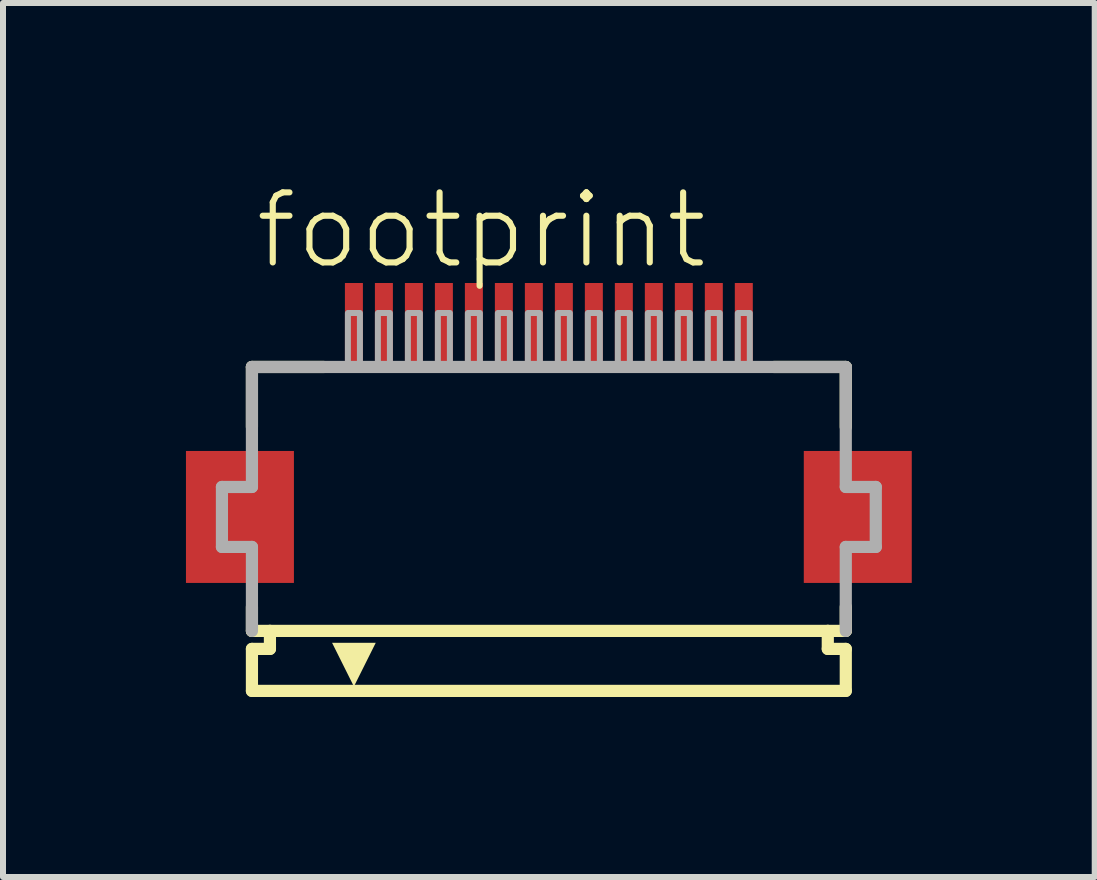
<source format=kicad_pcb>
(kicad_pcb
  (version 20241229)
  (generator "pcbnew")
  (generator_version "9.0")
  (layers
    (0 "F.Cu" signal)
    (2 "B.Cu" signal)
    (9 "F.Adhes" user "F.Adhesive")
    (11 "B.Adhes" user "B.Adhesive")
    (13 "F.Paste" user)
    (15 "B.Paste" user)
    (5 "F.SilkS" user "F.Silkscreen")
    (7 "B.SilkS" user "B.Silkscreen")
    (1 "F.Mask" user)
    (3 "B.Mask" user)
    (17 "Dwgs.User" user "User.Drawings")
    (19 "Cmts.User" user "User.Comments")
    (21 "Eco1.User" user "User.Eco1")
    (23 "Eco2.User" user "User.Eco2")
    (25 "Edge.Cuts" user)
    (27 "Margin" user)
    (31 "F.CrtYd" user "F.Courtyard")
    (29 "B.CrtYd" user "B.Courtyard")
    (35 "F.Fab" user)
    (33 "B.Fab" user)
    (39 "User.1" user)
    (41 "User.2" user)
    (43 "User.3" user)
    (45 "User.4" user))
  (footprint "footprint"
    (layer "F.Cu")
    (at 6.1 5.568)
    (property "Reference" "footprint" (at -4.948 -4.095 0) (layer "F.SilkS") (effects (font (size 1.168 1.168) (thickness 0.102)) (justify left bottom)))
    (fp_poly (pts (xy -4.25 -1.1) (xy -6.05 -1.1) (xy -6.05 1.1) (xy -4.25 1.1)) (stroke (width 0) (type solid)) (fill yes) (layer "F.Cu"))
    (fp_poly (pts (xy 6.05 -1.1) (xy 4.25 -1.1) (xy 4.25 1.1) (xy 6.05 1.1)) (stroke (width 0) (type solid)) (fill yes) (layer "F.Cu"))
    (fp_poly (pts (xy -4.2 -1.175) (xy -6.1 -1.175) (xy -6.1 1.175) (xy -4.2 1.175)) (stroke (width 0) (type solid)) (fill yes) (layer "F.Mask"))
    (fp_poly (pts (xy -3.45 -2.55) (xy -3.05 -2.55) (xy -3.05 -3.95) (xy -3.45 -3.95)) (stroke (width 0) (type solid)) (fill yes) (layer "F.Mask"))
    (fp_poly (pts (xy -2.95 -2.55) (xy -2.55 -2.55) (xy -2.55 -3.95) (xy -2.95 -3.95)) (stroke (width 0) (type solid)) (fill yes) (layer "F.Mask"))
    (fp_poly (pts (xy -2.45 -2.55) (xy -2.05 -2.55) (xy -2.05 -3.95) (xy -2.45 -3.95)) (stroke (width 0) (type solid)) (fill yes) (layer "F.Mask"))
    (fp_poly (pts (xy -1.95 -2.55) (xy -1.55 -2.55) (xy -1.55 -3.95) (xy -1.95 -3.95)) (stroke (width 0) (type solid)) (fill yes) (layer "F.Mask"))
    (fp_poly (pts (xy -1.45 -2.55) (xy -1.05 -2.55) (xy -1.05 -3.95) (xy -1.45 -3.95)) (stroke (width 0) (type solid)) (fill yes) (layer "F.Mask"))
    (fp_poly (pts (xy -0.95 -2.55) (xy -0.55 -2.55) (xy -0.55 -3.95) (xy -0.95 -3.95)) (stroke (width 0) (type solid)) (fill yes) (layer "F.Mask"))
    (fp_poly (pts (xy -0.45 -2.55) (xy -0.05 -2.55) (xy -0.05 -3.95) (xy -0.45 -3.95)) (stroke (width 0) (type solid)) (fill yes) (layer "F.Mask"))
    (fp_poly (pts (xy 0.05 -2.55) (xy 0.45 -2.55) (xy 0.45 -3.95) (xy 0.05 -3.95)) (stroke (width 0) (type solid)) (fill yes) (layer "F.Mask"))
    (fp_poly (pts (xy 0.55 -2.55) (xy 0.95 -2.55) (xy 0.95 -3.95) (xy 0.55 -3.95)) (stroke (width 0) (type solid)) (fill yes) (layer "F.Mask"))
    (fp_poly (pts (xy 1.05 -2.55) (xy 1.45 -2.55) (xy 1.45 -3.95) (xy 1.05 -3.95)) (stroke (width 0) (type solid)) (fill yes) (layer "F.Mask"))
    (fp_poly (pts (xy 1.55 -2.55) (xy 1.95 -2.55) (xy 1.95 -3.95) (xy 1.55 -3.95)) (stroke (width 0) (type solid)) (fill yes) (layer "F.Mask"))
    (fp_poly (pts (xy 2.05 -2.55) (xy 2.45 -2.55) (xy 2.45 -3.95) (xy 2.05 -3.95)) (stroke (width 0) (type solid)) (fill yes) (layer "F.Mask"))
    (fp_poly (pts (xy 2.55 -2.55) (xy 2.95 -2.55) (xy 2.95 -3.95) (xy 2.55 -3.95)) (stroke (width 0) (type solid)) (fill yes) (layer "F.Mask"))
    (fp_poly (pts (xy 3.05 -2.55) (xy 3.45 -2.55) (xy 3.45 -3.95) (xy 3.05 -3.95)) (stroke (width 0) (type solid)) (fill yes) (layer "F.Mask"))
    (fp_poly (pts (xy 6.1 -1.175) (xy 4.2 -1.175) (xy 4.2 1.175) (xy 6.1 1.175)) (stroke (width 0) (type solid)) (fill yes) (layer "F.Mask"))
    (fp_line (start -4.95 -2.5) (end -4.95 -1.5) (stroke (width 0.203) (type solid)) (layer "F.SilkS"))
    (fp_line (start -4.95 1.5) (end -4.95 1.9) (stroke (width 0.203) (type solid)) (layer "F.SilkS"))
    (fp_line (start -4.95 1.9) (end -4.65 1.9) (stroke (width 0.203) (type solid)) (layer "F.SilkS"))
    (fp_line (start -4.95 2.2) (end -4.95 2.9) (stroke (width 0.203) (type solid)) (layer "F.SilkS"))
    (fp_line (start -4.65 1.9) (end -4.65 2.2) (stroke (width 0.203) (type solid)) (layer "F.SilkS"))
    (fp_line (start -4.65 2.2) (end -4.95 2.2) (stroke (width 0.203) (type solid)) (layer "F.SilkS"))
    (fp_line (start -3.75 -2.5) (end -4.95 -2.5) (stroke (width 0.203) (type solid)) (layer "F.SilkS"))
    (fp_line (start 4.65 1.9) (end -4.65 1.9) (stroke (width 0.203) (type solid)) (layer "F.SilkS"))
    (fp_line (start 4.65 1.9) (end 4.95 1.9) (stroke (width 0.203) (type solid)) (layer "F.SilkS"))
    (fp_line (start 4.65 2.2) (end 4.65 1.9) (stroke (width 0.203) (type solid)) (layer "F.SilkS"))
    (fp_line (start 4.95 -2.5) (end 3.75 -2.5) (stroke (width 0.203) (type solid)) (layer "F.SilkS"))
    (fp_line (start 4.95 -1.5) (end 4.95 -2.5) (stroke (width 0.203) (type solid)) (layer "F.SilkS"))
    (fp_line (start 4.95 1.9) (end 4.95 1.5) (stroke (width 0.203) (type solid)) (layer "F.SilkS"))
    (fp_line (start 4.95 2.2) (end 4.65 2.2) (stroke (width 0.203) (type solid)) (layer "F.SilkS"))
    (fp_line (start 4.95 2.9) (end -4.95 2.9) (stroke (width 0.203) (type solid)) (layer "F.SilkS"))
    (fp_line (start 4.95 2.9) (end 4.95 2.2) (stroke (width 0.203) (type solid)) (layer "F.SilkS"))
    (fp_poly (pts (xy -3.25 2.827) (xy -3.614 2.098) (xy -2.886 2.098)) (stroke (width 0) (type solid)) (fill yes) (layer "F.SilkS"))
    (fp_poly (pts (xy -4.325 -1.025) (xy -5.975 -1.025) (xy -5.975 1.025) (xy -4.325 1.025)) (stroke (width 0) (type solid)) (fill yes) (layer "F.Paste"))
    (fp_poly (pts (xy -3.375 -2.625) (xy -3.125 -2.625) (xy -3.125 -3.875) (xy -3.375 -3.875)) (stroke (width 0) (type solid)) (fill yes) (layer "F.Paste"))
    (fp_poly (pts (xy -2.875 -2.625) (xy -2.625 -2.625) (xy -2.625 -3.875) (xy -2.875 -3.875)) (stroke (width 0) (type solid)) (fill yes) (layer "F.Paste"))
    (fp_poly (pts (xy -2.375 -2.625) (xy -2.125 -2.625) (xy -2.125 -3.875) (xy -2.375 -3.875)) (stroke (width 0) (type solid)) (fill yes) (layer "F.Paste"))
    (fp_poly (pts (xy -1.875 -2.625) (xy -1.625 -2.625) (xy -1.625 -3.875) (xy -1.875 -3.875)) (stroke (width 0) (type solid)) (fill yes) (layer "F.Paste"))
    (fp_poly (pts (xy -1.375 -2.625) (xy -1.125 -2.625) (xy -1.125 -3.875) (xy -1.375 -3.875)) (stroke (width 0) (type solid)) (fill yes) (layer "F.Paste"))
    (fp_poly (pts (xy -0.875 -2.625) (xy -0.625 -2.625) (xy -0.625 -3.875) (xy -0.875 -3.875)) (stroke (width 0) (type solid)) (fill yes) (layer "F.Paste"))
    (fp_poly (pts (xy -0.375 -2.625) (xy -0.125 -2.625) (xy -0.125 -3.875) (xy -0.375 -3.875)) (stroke (width 0) (type solid)) (fill yes) (layer "F.Paste"))
    (fp_poly (pts (xy 0.125 -2.625) (xy 0.375 -2.625) (xy 0.375 -3.875) (xy 0.125 -3.875)) (stroke (width 0) (type solid)) (fill yes) (layer "F.Paste"))
    (fp_poly (pts (xy 0.625 -2.625) (xy 0.875 -2.625) (xy 0.875 -3.875) (xy 0.625 -3.875)) (stroke (width 0) (type solid)) (fill yes) (layer "F.Paste"))
    (fp_poly (pts (xy 1.125 -2.625) (xy 1.375 -2.625) (xy 1.375 -3.875) (xy 1.125 -3.875)) (stroke (width 0) (type solid)) (fill yes) (layer "F.Paste"))
    (fp_poly (pts (xy 1.625 -2.625) (xy 1.875 -2.625) (xy 1.875 -3.875) (xy 1.625 -3.875)) (stroke (width 0) (type solid)) (fill yes) (layer "F.Paste"))
    (fp_poly (pts (xy 2.125 -2.625) (xy 2.375 -2.625) (xy 2.375 -3.875) (xy 2.125 -3.875)) (stroke (width 0) (type solid)) (fill yes) (layer "F.Paste"))
    (fp_poly (pts (xy 2.625 -2.625) (xy 2.875 -2.625) (xy 2.875 -3.875) (xy 2.625 -3.875)) (stroke (width 0) (type solid)) (fill yes) (layer "F.Paste"))
    (fp_poly (pts (xy 3.125 -2.625) (xy 3.375 -2.625) (xy 3.375 -3.875) (xy 3.125 -3.875)) (stroke (width 0) (type solid)) (fill yes) (layer "F.Paste"))
    (fp_poly (pts (xy 5.975 -1.025) (xy 4.325 -1.025) (xy 4.325 1.025) (xy 5.975 1.025)) (stroke (width 0) (type solid)) (fill yes) (layer "F.Paste"))
    (fp_line (start -5.45 -0.5) (end -5.45 0.5) (stroke (width 0.203) (type solid)) (layer "F.Fab"))
    (fp_line (start -5.45 0.5) (end -4.95 0.5) (stroke (width 0.203) (type solid)) (layer "F.Fab"))
    (fp_line (start -4.95 -2.5) (end -4.95 -0.5) (stroke (width 0.203) (type solid)) (layer "F.Fab"))
    (fp_line (start -4.95 -0.5) (end -5.45 -0.5) (stroke (width 0.203) (type solid)) (layer "F.Fab"))
    (fp_line (start -4.95 0.5) (end -4.95 1.9) (stroke (width 0.203) (type solid)) (layer "F.Fab"))
    (fp_line (start 4.95 -2.5) (end -4.95 -2.5) (stroke (width 0.203) (type solid)) (layer "F.Fab"))
    (fp_line (start 4.95 -0.5) (end 4.95 -2.5) (stroke (width 0.203) (type solid)) (layer "F.Fab"))
    (fp_line (start 4.95 0.5) (end 5.45 0.5) (stroke (width 0.203) (type solid)) (layer "F.Fab"))
    (fp_line (start 4.95 1.9) (end 4.95 0.5) (stroke (width 0.203) (type solid)) (layer "F.Fab"))
    (fp_line (start 5.45 -0.5) (end 4.95 -0.5) (stroke (width 0.203) (type solid)) (layer "F.Fab"))
    (fp_line (start 5.45 0.5) (end 5.45 -0.5) (stroke (width 0.203) (type solid)) (layer "F.Fab"))
    (fp_poly (pts (xy -3.35 -2.55) (xy -3.15 -2.55) (xy -3.15 -3.4) (xy -3.35 -3.4)) (stroke (width 0.1) (type solid)) (fill no) (layer "F.Fab"))
    (fp_poly (pts (xy -2.85 -2.55) (xy -2.65 -2.55) (xy -2.65 -3.4) (xy -2.85 -3.4)) (stroke (width 0.1) (type solid)) (fill no) (layer "F.Fab"))
    (fp_poly (pts (xy -2.35 -2.55) (xy -2.15 -2.55) (xy -2.15 -3.4) (xy -2.35 -3.4)) (stroke (width 0.1) (type solid)) (fill no) (layer "F.Fab"))
    (fp_poly (pts (xy -1.85 -2.55) (xy -1.65 -2.55) (xy -1.65 -3.4) (xy -1.85 -3.4)) (stroke (width 0.1) (type solid)) (fill no) (layer "F.Fab"))
    (fp_poly (pts (xy -1.35 -2.55) (xy -1.15 -2.55) (xy -1.15 -3.4) (xy -1.35 -3.4)) (stroke (width 0.1) (type solid)) (fill no) (layer "F.Fab"))
    (fp_poly (pts (xy -0.85 -2.55) (xy -0.65 -2.55) (xy -0.65 -3.4) (xy -0.85 -3.4)) (stroke (width 0.1) (type solid)) (fill no) (layer "F.Fab"))
    (fp_poly (pts (xy -0.35 -2.55) (xy -0.15 -2.55) (xy -0.15 -3.4) (xy -0.35 -3.4)) (stroke (width 0.1) (type solid)) (fill no) (layer "F.Fab"))
    (fp_poly (pts (xy 0.15 -2.55) (xy 0.35 -2.55) (xy 0.35 -3.4) (xy 0.15 -3.4)) (stroke (width 0.1) (type solid)) (fill no) (layer "F.Fab"))
    (fp_poly (pts (xy 0.65 -2.55) (xy 0.85 -2.55) (xy 0.85 -3.4) (xy 0.65 -3.4)) (stroke (width 0.1) (type solid)) (fill no) (layer "F.Fab"))
    (fp_poly (pts (xy 1.15 -2.55) (xy 1.35 -2.55) (xy 1.35 -3.4) (xy 1.15 -3.4)) (stroke (width 0.1) (type solid)) (fill no) (layer "F.Fab"))
    (fp_poly (pts (xy 1.65 -2.55) (xy 1.85 -2.55) (xy 1.85 -3.4) (xy 1.65 -3.4)) (stroke (width 0.1) (type solid)) (fill no) (layer "F.Fab"))
    (fp_poly (pts (xy 2.15 -2.55) (xy 2.35 -2.55) (xy 2.35 -3.4) (xy 2.15 -3.4)) (stroke (width 0.1) (type solid)) (fill no) (layer "F.Fab"))
    (fp_poly (pts (xy 2.65 -2.55) (xy 2.85 -2.55) (xy 2.85 -3.4) (xy 2.65 -3.4)) (stroke (width 0.1) (type solid)) (fill no) (layer "F.Fab"))
    (fp_poly (pts (xy 3.15 -2.55) (xy 3.35 -2.55) (xy 3.35 -3.4) (xy 3.15 -3.4)) (stroke (width 0.1) (type solid)) (fill no) (layer "F.Fab"))
    (pad "1" smd rect (at -3.25 -3.25) (size 0.3 1.3) (layers "F.Cu"))
    (pad "2" smd rect (at -2.75 -3.25) (size 0.3 1.3) (layers "F.Cu"))
    (pad "3" smd rect (at -2.25 -3.25) (size 0.3 1.3) (layers "F.Cu"))
    (pad "4" smd rect (at -1.75 -3.25) (size 0.3 1.3) (layers "F.Cu"))
    (pad "5" smd rect (at -1.25 -3.25) (size 0.3 1.3) (layers "F.Cu"))
    (pad "6" smd rect (at -0.75 -3.25) (size 0.3 1.3) (layers "F.Cu"))
    (pad "7" smd rect (at -0.25 -3.25) (size 0.3 1.3) (layers "F.Cu"))
    (pad "8" smd rect (at 0.25 -3.25) (size 0.3 1.3) (layers "F.Cu"))
    (pad "9" smd rect (at 0.75 -3.25) (size 0.3 1.3) (layers "F.Cu"))
    (pad "10" smd rect (at 1.25 -3.25) (size 0.3 1.3) (layers "F.Cu"))
    (pad "11" smd rect (at 1.75 -3.25) (size 0.3 1.3) (layers "F.Cu"))
    (pad "12" smd rect (at 2.25 -3.25) (size 0.3 1.3) (layers "F.Cu"))
    (pad "13" smd rect (at 2.75 -3.25) (size 0.3 1.3) (layers "F.Cu"))
    (pad "14" smd rect (at 3.25 -3.25) (size 0.3 1.3) (layers "F.Cu")))
  (gr_rect
    (start -3 -3)
    (end 15.2 11.57)
    (stroke (width 0.1) (type default))
    (fill no)
    (layer "Edge.Cuts")))
</source>
